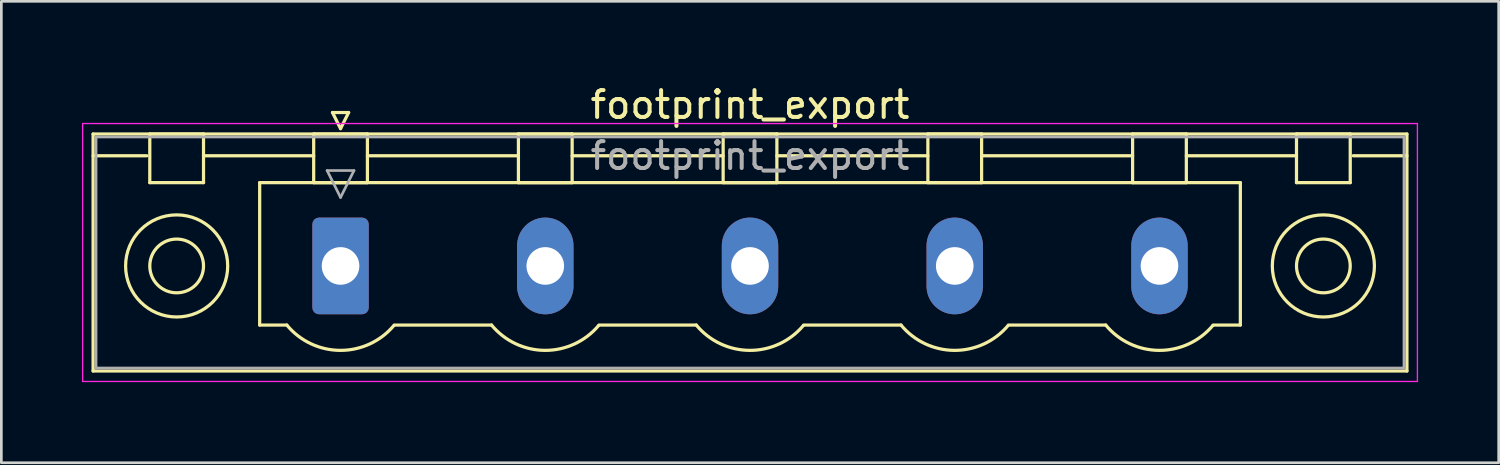
<source format=kicad_pcb>
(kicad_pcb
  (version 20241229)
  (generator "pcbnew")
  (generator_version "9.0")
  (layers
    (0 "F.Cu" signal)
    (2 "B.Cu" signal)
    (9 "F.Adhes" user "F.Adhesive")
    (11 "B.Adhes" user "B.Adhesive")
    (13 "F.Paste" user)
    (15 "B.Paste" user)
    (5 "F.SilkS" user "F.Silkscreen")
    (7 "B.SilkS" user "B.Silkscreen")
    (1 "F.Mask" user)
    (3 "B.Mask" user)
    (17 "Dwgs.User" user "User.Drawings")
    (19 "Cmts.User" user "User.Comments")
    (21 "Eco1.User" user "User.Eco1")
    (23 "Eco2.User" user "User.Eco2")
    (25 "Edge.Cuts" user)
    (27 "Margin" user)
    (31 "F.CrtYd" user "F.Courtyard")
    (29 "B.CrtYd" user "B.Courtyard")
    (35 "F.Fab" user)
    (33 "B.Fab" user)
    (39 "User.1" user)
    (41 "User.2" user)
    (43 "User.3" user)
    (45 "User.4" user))
  (footprint "footprint_export"
    (layer "F.Cu")
    (at 9.625 6.848)
    (property "Reference" "footprint_export" (at 15.24 -6 0) (layer "F.SilkS") (effects (font (size 1 1) (thickness 0.15))))
    (attr through_hole)
    (fp_line (start -9.21 -4.91) (end -9.21 3.91) (stroke (width 0.12) (type solid)) (layer "F.SilkS"))
    (fp_line (start -9.21 -4.1) (end -7.21 -4.1) (stroke (width 0.12) (type solid)) (layer "F.SilkS"))
    (fp_line (start -9.21 3.91) (end 39.69 3.91) (stroke (width 0.12) (type solid)) (layer "F.SilkS"))
    (fp_line (start -7.1 -4.91) (end -5.1 -4.91) (stroke (width 0.12) (type solid)) (layer "F.SilkS"))
    (fp_line (start -7.1 -3.1) (end -7.1 -4.91) (stroke (width 0.12) (type solid)) (layer "F.SilkS"))
    (fp_line (start -5.1 -4.91) (end -5.1 -3.1) (stroke (width 0.12) (type solid)) (layer "F.SilkS"))
    (fp_line (start -5.1 -4.1) (end -1 -4.1) (stroke (width 0.12) (type solid)) (layer "F.SilkS"))
    (fp_line (start -5.1 -3.1) (end -7.1 -3.1) (stroke (width 0.12) (type solid)) (layer "F.SilkS"))
    (fp_line (start -3.01 -3.1) (end 33.49 -3.1) (stroke (width 0.12) (type solid)) (layer "F.SilkS"))
    (fp_line (start -3.01 2.2) (end -3.01 -3.1) (stroke (width 0.12) (type solid)) (layer "F.SilkS"))
    (fp_line (start -2 2.2) (end -3.01 2.2) (stroke (width 0.12) (type solid)) (layer "F.SilkS"))
    (fp_line (start -1 -4.91) (end 1 -4.91) (stroke (width 0.12) (type solid)) (layer "F.SilkS"))
    (fp_line (start -1 -3.1) (end -1 -4.91) (stroke (width 0.12) (type solid)) (layer "F.SilkS"))
    (fp_line (start -0.3 -5.71) (end 0.3 -5.71) (stroke (width 0.12) (type solid)) (layer "F.SilkS"))
    (fp_line (start 0 -5.11) (end -0.3 -5.71) (stroke (width 0.12) (type solid)) (layer "F.SilkS"))
    (fp_line (start 0.3 -5.71) (end 0 -5.11) (stroke (width 0.12) (type solid)) (layer "F.SilkS"))
    (fp_line (start 1 -4.91) (end 1 -3.1) (stroke (width 0.12) (type solid)) (layer "F.SilkS"))
    (fp_line (start 1 -4.1) (end 6.62 -4.1) (stroke (width 0.12) (type solid)) (layer "F.SilkS"))
    (fp_line (start 1 -3.1) (end -1 -3.1) (stroke (width 0.12) (type solid)) (layer "F.SilkS"))
    (fp_line (start 2 2.2) (end 5.62 2.2) (stroke (width 0.12) (type solid)) (layer "F.SilkS"))
    (fp_line (start 6.62 -4.91) (end 8.62 -4.91) (stroke (width 0.12) (type solid)) (layer "F.SilkS"))
    (fp_line (start 6.62 -3.1) (end 6.62 -4.91) (stroke (width 0.12) (type solid)) (layer "F.SilkS"))
    (fp_line (start 8.62 -4.91) (end 8.62 -3.1) (stroke (width 0.12) (type solid)) (layer "F.SilkS"))
    (fp_line (start 8.62 -4.1) (end 14.24 -4.1) (stroke (width 0.12) (type solid)) (layer "F.SilkS"))
    (fp_line (start 8.62 -3.1) (end 6.62 -3.1) (stroke (width 0.12) (type solid)) (layer "F.SilkS"))
    (fp_line (start 9.62 2.2) (end 13.24 2.2) (stroke (width 0.12) (type solid)) (layer "F.SilkS"))
    (fp_line (start 14.24 -4.91) (end 16.24 -4.91) (stroke (width 0.12) (type solid)) (layer "F.SilkS"))
    (fp_line (start 14.24 -3.1) (end 14.24 -4.91) (stroke (width 0.12) (type solid)) (layer "F.SilkS"))
    (fp_line (start 16.24 -4.91) (end 16.24 -3.1) (stroke (width 0.12) (type solid)) (layer "F.SilkS"))
    (fp_line (start 16.24 -4.1) (end 21.86 -4.1) (stroke (width 0.12) (type solid)) (layer "F.SilkS"))
    (fp_line (start 16.24 -3.1) (end 14.24 -3.1) (stroke (width 0.12) (type solid)) (layer "F.SilkS"))
    (fp_line (start 17.24 2.2) (end 20.86 2.2) (stroke (width 0.12) (type solid)) (layer "F.SilkS"))
    (fp_line (start 21.86 -4.91) (end 23.86 -4.91) (stroke (width 0.12) (type solid)) (layer "F.SilkS"))
    (fp_line (start 21.86 -3.1) (end 21.86 -4.91) (stroke (width 0.12) (type solid)) (layer "F.SilkS"))
    (fp_line (start 23.86 -4.91) (end 23.86 -3.1) (stroke (width 0.12) (type solid)) (layer "F.SilkS"))
    (fp_line (start 23.86 -4.1) (end 29.48 -4.1) (stroke (width 0.12) (type solid)) (layer "F.SilkS"))
    (fp_line (start 23.86 -3.1) (end 21.86 -3.1) (stroke (width 0.12) (type solid)) (layer "F.SilkS"))
    (fp_line (start 24.86 2.2) (end 28.48 2.2) (stroke (width 0.12) (type solid)) (layer "F.SilkS"))
    (fp_line (start 29.48 -4.91) (end 31.48 -4.91) (stroke (width 0.12) (type solid)) (layer "F.SilkS"))
    (fp_line (start 29.48 -3.1) (end 29.48 -4.91) (stroke (width 0.12) (type solid)) (layer "F.SilkS"))
    (fp_line (start 31.48 -4.91) (end 31.48 -3.1) (stroke (width 0.12) (type solid)) (layer "F.SilkS"))
    (fp_line (start 31.48 -4.1) (end 35.58 -4.1) (stroke (width 0.12) (type solid)) (layer "F.SilkS"))
    (fp_line (start 31.48 -3.1) (end 29.48 -3.1) (stroke (width 0.12) (type solid)) (layer "F.SilkS"))
    (fp_line (start 33.49 -3.1) (end 33.49 2.2) (stroke (width 0.12) (type solid)) (layer "F.SilkS"))
    (fp_line (start 33.49 2.2) (end 32.48 2.2) (stroke (width 0.12) (type solid)) (layer "F.SilkS"))
    (fp_line (start 35.58 -4.91) (end 37.58 -4.91) (stroke (width 0.12) (type solid)) (layer "F.SilkS"))
    (fp_line (start 35.58 -3.1) (end 35.58 -4.91) (stroke (width 0.12) (type solid)) (layer "F.SilkS"))
    (fp_line (start 37.58 -4.91) (end 37.58 -3.1) (stroke (width 0.12) (type solid)) (layer "F.SilkS"))
    (fp_line (start 37.58 -3.1) (end 35.58 -3.1) (stroke (width 0.12) (type solid)) (layer "F.SilkS"))
    (fp_line (start 39.69 -4.91) (end -9.21 -4.91) (stroke (width 0.12) (type solid)) (layer "F.SilkS"))
    (fp_line (start 39.69 -4.1) (end 37.69 -4.1) (stroke (width 0.12) (type solid)) (layer "F.SilkS"))
    (fp_line (start 39.69 3.91) (end 39.69 -4.91) (stroke (width 0.12) (type solid)) (layer "F.SilkS"))
    (fp_arc (start 1.986842 2.215821) (mid -0.010289 3.142758) (end -2 2.2) (stroke (width 0.12) (type solid)) (layer "F.SilkS"))
    (fp_arc (start 9.606842 2.215821) (mid 7.609711 3.142758) (end 5.62 2.2) (stroke (width 0.12) (type solid)) (layer "F.SilkS"))
    (fp_arc (start 17.226842 2.215821) (mid 15.229711 3.142758) (end 13.24 2.2) (stroke (width 0.12) (type solid)) (layer "F.SilkS"))
    (fp_arc (start 24.846842 2.215821) (mid 22.849711 3.142758) (end 20.86 2.2) (stroke (width 0.12) (type solid)) (layer "F.SilkS"))
    (fp_arc (start 32.466842 2.215821) (mid 30.469711 3.142758) (end 28.48 2.2) (stroke (width 0.12) (type solid)) (layer "F.SilkS"))
    (fp_circle (center -6.1 0) (end -5.1 0) (stroke (width 0.12) (type solid)) (fill no) (layer "F.SilkS"))
    (fp_circle (center -6.1 0) (end -4.2 0) (stroke (width 0.12) (type solid)) (fill no) (layer "F.SilkS"))
    (fp_circle (center 36.58 0) (end 37.58 0) (stroke (width 0.12) (type solid)) (fill no) (layer "F.SilkS"))
    (fp_circle (center 36.58 0) (end 38.48 0) (stroke (width 0.12) (type solid)) (fill no) (layer "F.SilkS"))
    (fp_line (start -9.6 -5.3) (end -9.6 4.3) (stroke (width 0.05) (type solid)) (layer "F.CrtYd"))
    (fp_line (start -9.6 4.3) (end 40.08 4.3) (stroke (width 0.05) (type solid)) (layer "F.CrtYd"))
    (fp_line (start 40.08 -5.3) (end -9.6 -5.3) (stroke (width 0.05) (type solid)) (layer "F.CrtYd"))
    (fp_line (start 40.08 4.3) (end 40.08 -5.3) (stroke (width 0.05) (type solid)) (layer "F.CrtYd"))
    (fp_line (start -9.1 -4.8) (end -9.1 3.8) (stroke (width 0.1) (type solid)) (layer "F.Fab"))
    (fp_line (start -9.1 3.8) (end 39.58 3.8) (stroke (width 0.1) (type solid)) (layer "F.Fab"))
    (fp_line (start -0.5 -3.55) (end 0.5 -3.55) (stroke (width 0.1) (type solid)) (layer "F.Fab"))
    (fp_line (start 0 -2.55) (end -0.5 -3.55) (stroke (width 0.1) (type solid)) (layer "F.Fab"))
    (fp_line (start 0.5 -3.55) (end 0 -2.55) (stroke (width 0.1) (type solid)) (layer "F.Fab"))
    (fp_line (start 39.58 -4.8) (end -9.1 -4.8) (stroke (width 0.1) (type solid)) (layer "F.Fab"))
    (fp_line (start 39.58 3.8) (end 39.58 -4.8) (stroke (width 0.1) (type solid)) (layer "F.Fab"))
    (fp_text user "${REFERENCE}" (at 15.24 -4.1 0) (layer "F.Fab") (effects (font (size 1 1) (thickness 0.15))))
    (pad "1" thru_hole roundrect (at 0 0) (size 2.1 3.6) (drill 1.4) (layers "*.Cu" "*.Mask") (roundrect_rratio 0.119))
    (pad "2" thru_hole oval (at 7.62 0) (size 2.1 3.6) (drill 1.4) (layers "*.Cu" "*.Mask"))
    (pad "3" thru_hole oval (at 15.24 0) (size 2.1 3.6) (drill 1.4) (layers "*.Cu" "*.Mask"))
    (pad "4" thru_hole oval (at 22.86 0) (size 2.1 3.6) (drill 1.4) (layers "*.Cu" "*.Mask"))
    (pad "5" thru_hole oval (at 30.48 0) (size 2.1 3.6) (drill 1.4) (layers "*.Cu" "*.Mask")))
  (gr_rect
    (start -3 -3)
    (end 52.73 14.173)
    (stroke (width 0.1) (type default))
    (fill no)
    (layer "Edge.Cuts")))
</source>
